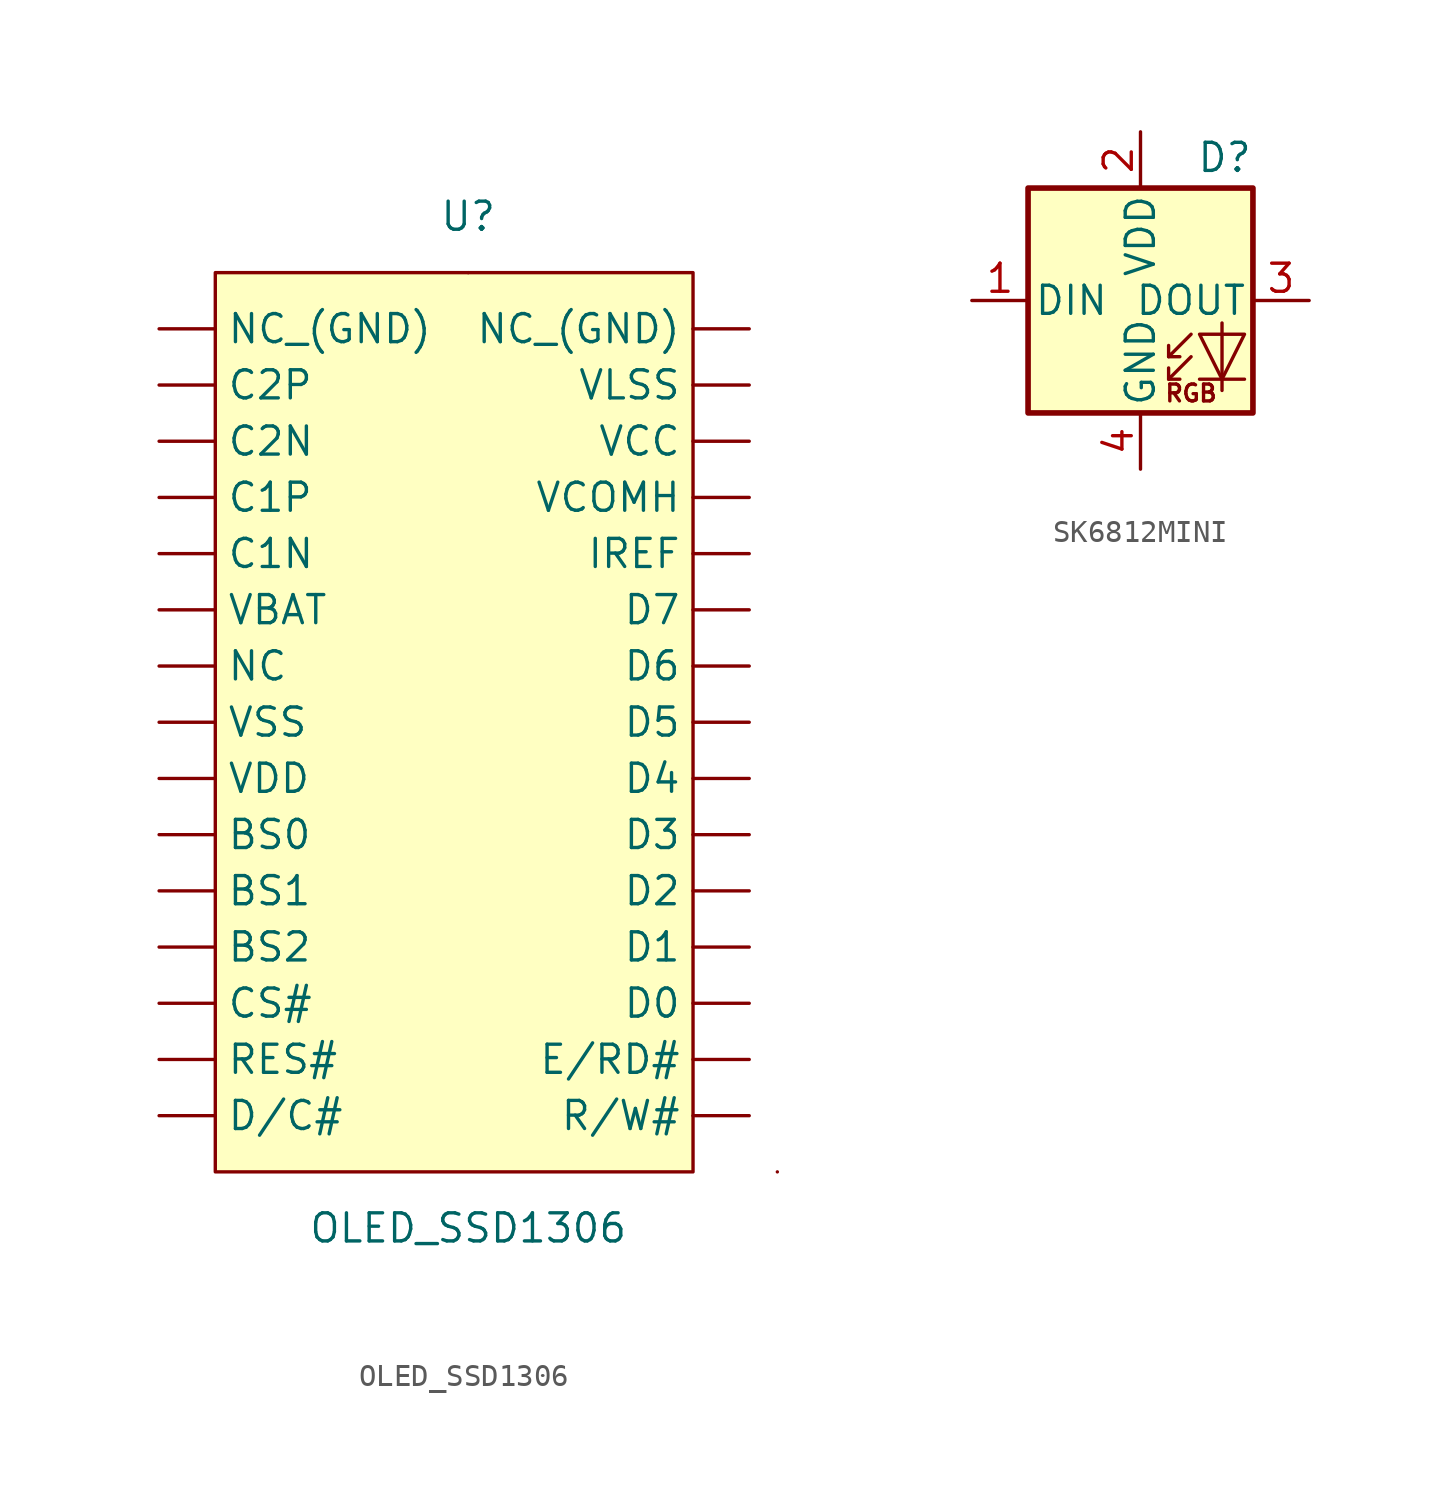
<source format=kicad_sym>
(kicad_symbol_lib
  (version 20211014)
  (generator kicad_symbol_editor)
  (symbol "OLED_SSD1306"
    (pin_numbers hide)
    (property "Reference" "U"
      (at 0 22.86 0)
      (effects (font (size 1.27 1.27))))
    (property "Value" "OLED_SSD1306"
      (at 0 -22.86 0)
      (effects (font (size 1.27 1.27))))
    (symbol "OLED_SSD1306_0_0"
      (pin passive line (at -13.97 17.78 0) (length 2.54) (name "NC_(GND)" (effects (font (size 1.27 1.27)))) (number "1" (effects (font (size 1.27 1.27)))))
      (pin bidirectional line (at -13.97 -5.08 0) (length 2.54) (name "BS0" (effects (font (size 1.27 1.27)))) (number "10" (effects (font (size 1.27 1.27)))))
      (pin bidirectional line (at -13.97 -7.62 0) (length 2.54) (name "BS1" (effects (font (size 1.27 1.27)))) (number "11" (effects (font (size 1.27 1.27)))))
      (pin bidirectional line (at -13.97 -10.16 0) (length 2.54) (name "BS2" (effects (font (size 1.27 1.27)))) (number "12" (effects (font (size 1.27 1.27)))))
      (pin bidirectional line (at -13.97 -12.7 0) (length 2.54) (name "CS#" (effects (font (size 1.27 1.27)))) (number "13" (effects (font (size 1.27 1.27)))))
      (pin bidirectional line (at -13.97 -15.24 0) (length 2.54) (name "RES#" (effects (font (size 1.27 1.27)))) (number "14" (effects (font (size 1.27 1.27)))))
      (pin bidirectional line (at -13.97 -17.78 0) (length 2.54) (name "D/C#" (effects (font (size 1.27 1.27)))) (number "15" (effects (font (size 1.27 1.27)))))
      (pin bidirectional line (at 12.7 -17.78 180) (length 2.54) (name "R/W#" (effects (font (size 1.27 1.27)))) (number "16" (effects (font (size 1.27 1.27)))))
      (pin bidirectional line (at 12.7 -15.24 180) (length 2.54) (name "E/RD#" (effects (font (size 1.27 1.27)))) (number "17" (effects (font (size 1.27 1.27)))))
      (pin bidirectional line (at 12.7 -12.7 180) (length 2.54) (name "D0" (effects (font (size 1.27 1.27)))) (number "18" (effects (font (size 1.27 1.27)))))
      (pin bidirectional line (at 12.7 -10.16 180) (length 2.54) (name "D1" (effects (font (size 1.27 1.27)))) (number "19" (effects (font (size 1.27 1.27)))))
      (pin bidirectional line (at -13.97 15.24 0) (length 2.54) (name "C2P" (effects (font (size 1.27 1.27)))) (number "2" (effects (font (size 1.27 1.27)))))
      (pin bidirectional line (at 12.7 -7.62 180) (length 2.54) (name "D2" (effects (font (size 1.27 1.27)))) (number "20" (effects (font (size 1.27 1.27)))))
      (pin bidirectional line (at 12.7 -5.08 180) (length 2.54) (name "D3" (effects (font (size 1.27 1.27)))) (number "21" (effects (font (size 1.27 1.27)))))
      (pin bidirectional line (at 12.7 -2.54 180) (length 2.54) (name "D4" (effects (font (size 1.27 1.27)))) (number "22" (effects (font (size 1.27 1.27)))))
      (pin bidirectional line (at 12.7 0 180) (length 2.54) (name "D5" (effects (font (size 1.27 1.27)))) (number "23" (effects (font (size 1.27 1.27)))))
      (pin bidirectional line (at 12.7 2.54 180) (length 2.54) (name "D6" (effects (font (size 1.27 1.27)))) (number "24" (effects (font (size 1.27 1.27)))))
      (pin bidirectional line (at 12.7 5.08 180) (length 2.54) (name "D7" (effects (font (size 1.27 1.27)))) (number "25" (effects (font (size 1.27 1.27)))))
      (pin bidirectional line (at 12.7 7.62 180) (length 2.54) (name "IREF" (effects (font (size 1.27 1.27)))) (number "26" (effects (font (size 1.27 1.27)))))
      (pin bidirectional line (at 12.7 10.16 180) (length 2.54) (name "VCOMH" (effects (font (size 1.27 1.27)))) (number "27" (effects (font (size 1.27 1.27)))))
      (pin power_in line (at 12.7 12.7 180) (length 2.54) (name "VCC" (effects (font (size 1.27 1.27)))) (number "28" (effects (font (size 1.27 1.27)))))
      (pin passive line (at 12.7 15.24 180) (length 2.54) (name "VLSS" (effects (font (size 1.27 1.27)))) (number "29" (effects (font (size 1.27 1.27)))))
      (pin bidirectional line (at -13.97 12.7 0) (length 2.54) (name "C2N" (effects (font (size 1.27 1.27)))) (number "3" (effects (font (size 1.27 1.27)))))
      (pin passive line (at 12.7 17.78 180) (length 2.54) (name "NC_(GND)" (effects (font (size 1.27 1.27)))) (number "30" (effects (font (size 1.27 1.27)))))
      (pin bidirectional line (at -13.97 10.16 0) (length 2.54) (name "C1P" (effects (font (size 1.27 1.27)))) (number "4" (effects (font (size 1.27 1.27)))))
      (pin bidirectional line (at -13.97 7.62 0) (length 2.54) (name "C1N" (effects (font (size 1.27 1.27)))) (number "5" (effects (font (size 1.27 1.27)))))
      (pin bidirectional line (at -13.97 5.08 0) (length 2.54) (name "VBAT" (effects (font (size 1.27 1.27)))) (number "6" (effects (font (size 1.27 1.27)))))
      (pin passive line (at -13.97 2.54 0) (length 2.54) (name "NC" (effects (font (size 1.27 1.27)))) (number "7" (effects (font (size 1.27 1.27)))))
      (pin passive line (at -13.97 0 0) (length 2.54) (name "VSS" (effects (font (size 1.27 1.27)))) (number "8" (effects (font (size 1.27 1.27)))))
      (pin power_in line (at -13.97 -2.54 0) (length 2.54) (name "VDD" (effects (font (size 1.27 1.27)))) (number "9" (effects (font (size 1.27 1.27))))))
    (symbol "OLED_SSD1306_0_1"
      (rectangle (start -11.43 20.32) (end 10.16 -20.32) (stroke (width 0) (type default) (color 0 0 0 0)) (fill (type background)))
      (rectangle (start 0 20.32) (end 0 20.32) (stroke (width 0) (type default) (color 0 0 0 0)) (fill (type none)))
      (rectangle (start 13.97 -20.32) (end 13.97 -20.32) (stroke (width 0) (type default) (color 0 0 0 0)) (fill (type none)))))
  (symbol "SK6812MINI"
    (pin_names
      (offset 0.254))
    (property "Reference" "D"
      (at 5.08 5.715 0)
      (effects (font (size 1.27 1.27)) (justify right bottom)))
    (symbol "SK6812MINI_0_0"
      (text "RGB" (at 2.286 -4.191 0) (effects (font (size 0.762 0.762)))))
    (symbol "SK6812MINI_0_1"
      (polyline (pts (xy 1.27 -3.556) (xy 1.778 -3.556)) (stroke (width 0) (type default) (color 0 0 0 0)) (fill (type none)))
      (polyline (pts (xy 1.27 -2.54) (xy 1.778 -2.54)) (stroke (width 0) (type default) (color 0 0 0 0)) (fill (type none)))
      (polyline (pts (xy 4.699 -3.556) (xy 2.667 -3.556)) (stroke (width 0) (type default) (color 0 0 0 0)) (fill (type none)))
      (polyline (pts (xy 2.286 -2.54) (xy 1.27 -3.556) (xy 1.27 -3.048)) (stroke (width 0) (type default) (color 0 0 0 0)) (fill (type none)))
      (polyline (pts (xy 2.286 -1.524) (xy 1.27 -2.54) (xy 1.27 -2.032)) (stroke (width 0) (type default) (color 0 0 0 0)) (fill (type none)))
      (polyline (pts (xy 3.683 -1.016) (xy 3.683 -3.556) (xy 3.683 -4.064)) (stroke (width 0) (type default) (color 0 0 0 0)) (fill (type none)))
      (polyline (pts (xy 4.699 -1.524) (xy 2.667 -1.524) (xy 3.683 -3.556) (xy 4.699 -1.524)) (stroke (width 0) (type default) (color 0 0 0 0)) (fill (type none)))
      (rectangle (start 5.08 5.08) (end -5.08 -5.08) (stroke (width 0.254) (type default) (color 0 0 0 0)) (fill (type background))))
    (symbol "SK6812MINI_1_1"
      (pin input line (at -7.62 0 0) (length 2.54) (name "DIN" (effects (font (size 1.27 1.27)))) (number "1" (effects (font (size 1.27 1.27)))))
      (pin power_in line (at 0 7.62 270) (length 2.54) (name "VDD" (effects (font (size 1.27 1.27)))) (number "2" (effects (font (size 1.27 1.27)))))
      (pin output line (at 7.62 0 180) (length 2.54) (name "DOUT" (effects (font (size 1.27 1.27)))) (number "3" (effects (font (size 1.27 1.27)))))
      (pin passive line (at 0 -7.62 90) (length 2.54) (name "GND" (effects (font (size 1.27 1.27)))) (number "4" (effects (font (size 1.27 1.27))))))))
</source>
